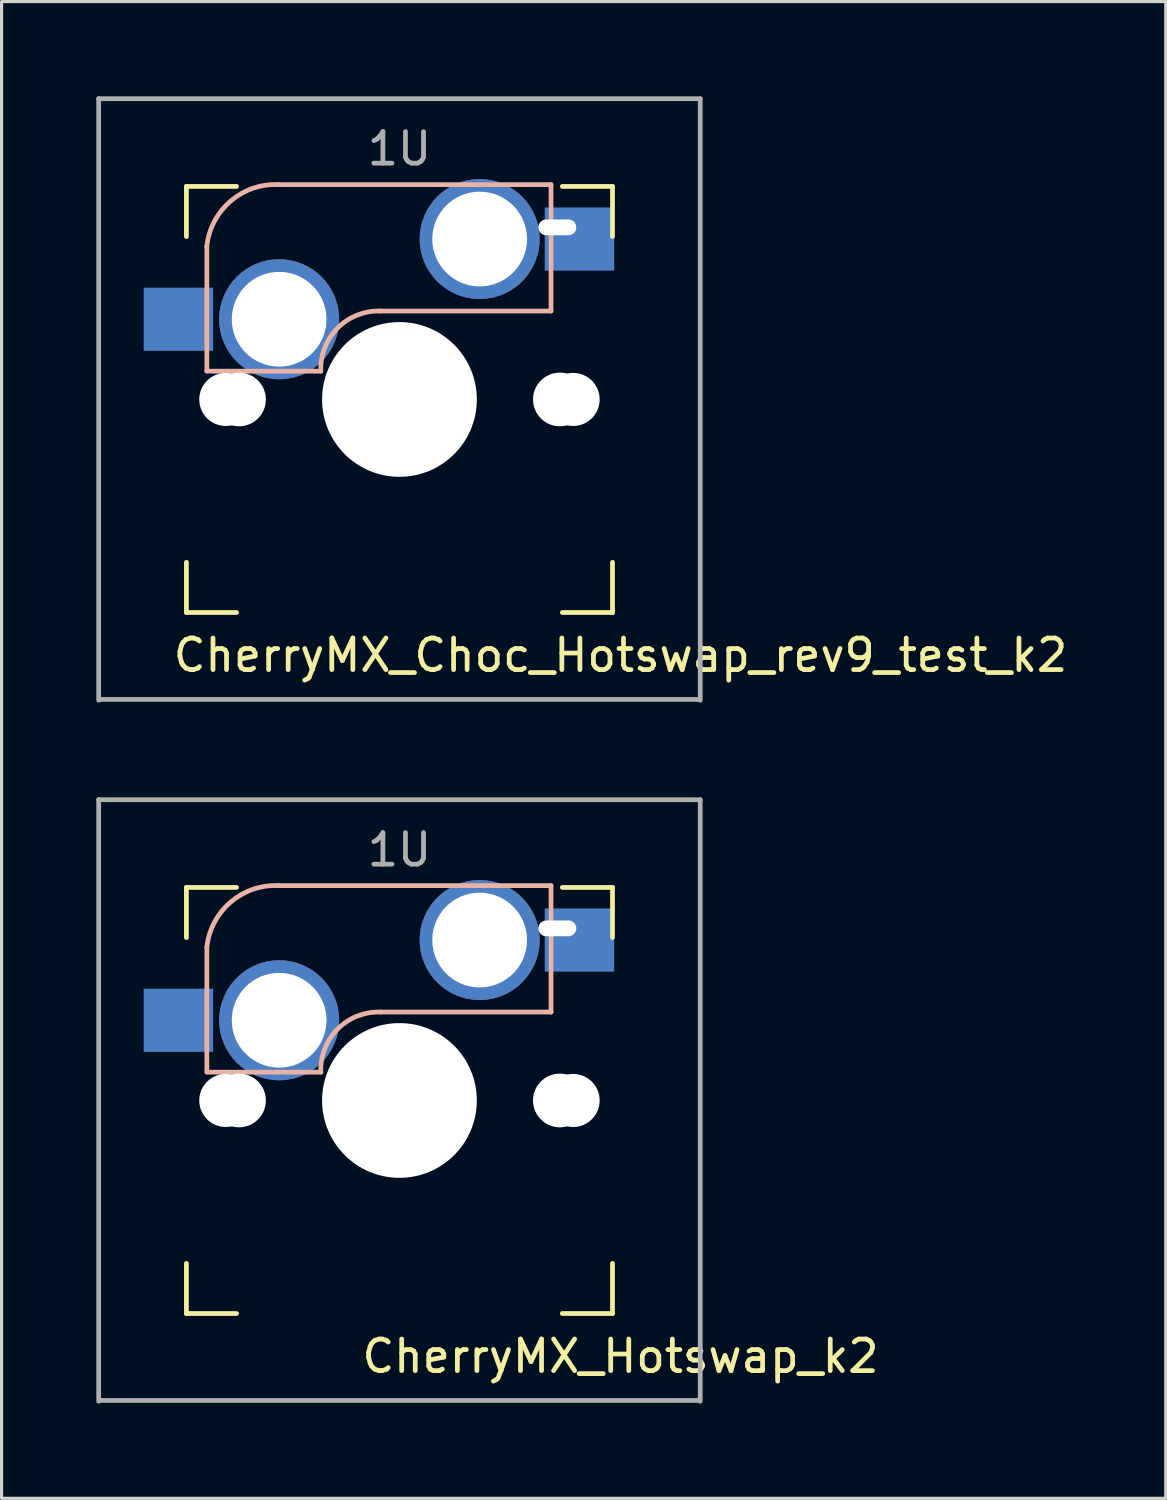
<source format=kicad_pcb>
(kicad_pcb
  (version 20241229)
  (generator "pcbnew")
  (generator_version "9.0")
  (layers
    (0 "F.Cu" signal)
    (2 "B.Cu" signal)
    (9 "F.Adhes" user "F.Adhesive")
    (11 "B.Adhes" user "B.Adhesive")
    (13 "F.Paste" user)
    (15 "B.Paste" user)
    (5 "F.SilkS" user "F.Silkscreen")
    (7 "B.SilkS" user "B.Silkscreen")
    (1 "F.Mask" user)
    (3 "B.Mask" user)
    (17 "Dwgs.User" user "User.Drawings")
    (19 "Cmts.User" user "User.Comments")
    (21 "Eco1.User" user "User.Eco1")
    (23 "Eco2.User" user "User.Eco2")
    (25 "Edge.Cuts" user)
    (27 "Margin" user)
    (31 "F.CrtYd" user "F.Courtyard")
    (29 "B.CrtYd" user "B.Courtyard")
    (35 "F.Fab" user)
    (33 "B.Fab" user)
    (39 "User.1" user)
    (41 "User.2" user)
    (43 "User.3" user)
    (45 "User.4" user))
  (footprint "CherryMX_Hotswap_k2"
    (layer "F.Cu")
    (at 9.6 31.8)
    (property "Reference" "CherryMX_Hotswap_k2" (at 7 8.1 0) (layer "F.SilkS") (effects (font (size 1 1) (thickness 0.15))))
    (fp_line (start -6.747 -6.747) (end -5.159 -6.747) (stroke (width 0.15) (type solid)) (layer "F.SilkS"))
    (fp_line (start -6.747 -5.159) (end -6.747 -6.747) (stroke (width 0.15) (type solid)) (layer "F.SilkS"))
    (fp_line (start -6.747 6.747) (end -6.747 5.159) (stroke (width 0.15) (type solid)) (layer "F.SilkS"))
    (fp_line (start -5.159 6.747) (end -6.747 6.747) (stroke (width 0.15) (type solid)) (layer "F.SilkS"))
    (fp_line (start 5.159 -6.747) (end 6.747 -6.747) (stroke (width 0.15) (type solid)) (layer "F.SilkS"))
    (fp_line (start 6.747 -6.747) (end 6.747 -5.159) (stroke (width 0.15) (type solid)) (layer "F.SilkS"))
    (fp_line (start 6.747 5.159) (end 6.747 6.747) (stroke (width 0.15) (type solid)) (layer "F.SilkS"))
    (fp_line (start 6.747 6.747) (end 5.159 6.747) (stroke (width 0.15) (type solid)) (layer "F.SilkS"))
    (fp_line (start -6.1 -4.85) (end -6.1 -0.905) (stroke (width 0.15) (type solid)) (layer "B.SilkS"))
    (fp_line (start -6.1 -0.896) (end -2.49 -0.896) (stroke (width 0.15) (type solid)) (layer "B.SilkS"))
    (fp_line (start 4.8 -6.804) (end -3.825 -6.804) (stroke (width 0.15) (type solid)) (layer "B.SilkS"))
    (fp_line (start 4.8 -2.8) (end -0.6 -2.8) (stroke (width 0.15) (type solid)) (layer "B.SilkS"))
    (fp_line (start 4.8 -2.8) (end 4.8 -6.804) (stroke (width 0.15) (type solid)) (layer "B.SilkS"))
    (fp_arc (start -6.1 -4.85) (mid -5.3507 -6.278973) (end -3.825 -6.804) (stroke (width 0.15) (type solid)) (layer "B.SilkS"))
    (fp_arc (start -2.49 -0.896) (mid -1.960305 -2.260251) (end -0.6 -2.8) (stroke (width 0.15) (type solid)) (layer "B.SilkS"))
    (fp_line (start -9.525 -9.525) (end 9.525 -9.525) (stroke (width 0.15) (type solid)) (layer "F.Fab"))
    (fp_line (start -9.525 9.525) (end -9.525 -9.525) (stroke (width 0.15) (type solid)) (layer "F.Fab"))
    (fp_line (start 9.5 9.5) (end -9.5 9.5) (stroke (width 0.15) (type solid)) (layer "F.Fab"))
    (fp_line (start 9.525 -9.525) (end 9.525 9.525) (stroke (width 0.15) (type solid)) (layer "F.Fab"))
    (fp_text user "1U" (at 0 -7.938 0) (layer "F.Fab") (effects (font (size 1 1) (thickness 0.15))))
    (pad "" np_thru_hole circle (at -5.5 0 90) (size 1.68 1.68) (drill 1.68) (layers "*.Cu" "*.Mask"))
    (pad "" np_thru_hole circle (at -5.08 0) (size 1.7 1.7) (drill 1.7) (layers "*.Cu" "*.Mask"))
    (pad "" np_thru_hole circle (at 0 0 90) (size 4.9 4.9) (drill 4.9) (layers "*.Cu" "*.Mask"))
    (pad "" np_thru_hole oval (at 5 -5.45 180) (size 1.2 0.5) (drill oval 1.2 0.5) (layers "*.Cu" "*.Mask"))
    (pad "" np_thru_hole circle (at 5.08 0) (size 1.7 1.7) (drill 1.7) (layers "*.Cu" "*.Mask"))
    (pad "" np_thru_hole circle (at 5.5 0 90) (size 1.68 1.68) (drill 1.68) (layers "*.Cu" "*.Mask"))
    (pad "1" smd rect (at -7 -2.54) (size 2.2 2) (layers "B.Cu" "B.Mask" "B.Paste"))
    (pad "1" thru_hole circle (at -3.81 -2.54 180) (size 3.8 3.8) (drill 3) (layers "*.Cu" "B.Mask"))
    (pad "2" thru_hole circle (at 2.54 -5.08 180) (size 3.8 3.8) (drill 3) (layers "*.Cu" "B.Mask"))
    (pad "2" smd rect (at 5.7 -5.08) (size 2.2 2) (layers "B.Cu" "B.Mask" "B.Paste")))
  (footprint "CherryMX_Choc_Hotswap_rev9_test_k2"
    (layer "F.Cu")
    (at 9.6 9.6)
    (property "Reference" "CherryMX_Choc_Hotswap_rev9_test_k2" (at 7 8.1 0) (layer "F.SilkS") (effects (font (size 1 1) (thickness 0.15))))
    (fp_line (start -6.747 -6.747) (end -5.159 -6.747) (stroke (width 0.15) (type solid)) (layer "F.SilkS"))
    (fp_line (start -6.747 -5.159) (end -6.747 -6.747) (stroke (width 0.15) (type solid)) (layer "F.SilkS"))
    (fp_line (start -6.747 6.747) (end -6.747 5.159) (stroke (width 0.15) (type solid)) (layer "F.SilkS"))
    (fp_line (start -5.159 6.747) (end -6.747 6.747) (stroke (width 0.15) (type solid)) (layer "F.SilkS"))
    (fp_line (start 5.159 -6.747) (end 6.747 -6.747) (stroke (width 0.15) (type solid)) (layer "F.SilkS"))
    (fp_line (start 6.747 -6.747) (end 6.747 -5.159) (stroke (width 0.15) (type solid)) (layer "F.SilkS"))
    (fp_line (start 6.747 5.159) (end 6.747 6.747) (stroke (width 0.15) (type solid)) (layer "F.SilkS"))
    (fp_line (start 6.747 6.747) (end 5.159 6.747) (stroke (width 0.15) (type solid)) (layer "F.SilkS"))
    (fp_line (start -6.1 -4.85) (end -6.1 -0.905) (stroke (width 0.15) (type solid)) (layer "B.SilkS"))
    (fp_line (start -6.1 -0.896) (end -2.49 -0.896) (stroke (width 0.15) (type solid)) (layer "B.SilkS"))
    (fp_line (start 4.8 -6.804) (end -3.825 -6.804) (stroke (width 0.15) (type solid)) (layer "B.SilkS"))
    (fp_line (start 4.8 -2.8) (end -0.6 -2.8) (stroke (width 0.15) (type solid)) (layer "B.SilkS"))
    (fp_line (start 4.8 -2.8) (end 4.8 -6.804) (stroke (width 0.15) (type solid)) (layer "B.SilkS"))
    (fp_arc (start -6.1 -4.85) (mid -5.3507 -6.278973) (end -3.825 -6.804) (stroke (width 0.15) (type solid)) (layer "B.SilkS"))
    (fp_arc (start -2.49 -0.896) (mid -1.960305 -2.260251) (end -0.6 -2.8) (stroke (width 0.15) (type solid)) (layer "B.SilkS"))
    (fp_line (start -9.525 -9.525) (end 9.525 -9.525) (stroke (width 0.15) (type solid)) (layer "F.Fab"))
    (fp_line (start -9.525 9.525) (end -9.525 -9.525) (stroke (width 0.15) (type solid)) (layer "F.Fab"))
    (fp_line (start 9.5 9.5) (end -9.5 9.5) (stroke (width 0.15) (type solid)) (layer "F.Fab"))
    (fp_line (start 9.525 -9.525) (end 9.525 9.525) (stroke (width 0.15) (type solid)) (layer "F.Fab"))
    (fp_text user "1U" (at 0 -7.938 0) (layer "F.Fab") (effects (font (size 1 1) (thickness 0.15))))
    (pad "" np_thru_hole circle (at -5.5 0 90) (size 1.68 1.68) (drill 1.68) (layers "*.Cu" "*.Mask"))
    (pad "" np_thru_hole circle (at -5.08 0) (size 1.7 1.7) (drill 1.7) (layers "*.Cu" "*.Mask"))
    (pad "" np_thru_hole circle (at 0 0 90) (size 4.9 4.9) (drill 4.9) (layers "*.Cu" "*.Mask"))
    (pad "" np_thru_hole oval (at 5 -5.45 180) (size 1.2 0.5) (drill oval 1.2 0.5) (layers "*.Cu" "*.Mask"))
    (pad "" np_thru_hole circle (at 5.08 0) (size 1.7 1.7) (drill 1.7) (layers "*.Cu" "*.Mask"))
    (pad "" np_thru_hole circle (at 5.5 0 90) (size 1.68 1.68) (drill 1.68) (layers "*.Cu" "*.Mask"))
    (pad "1" smd rect (at -7 -2.54) (size 2.2 2) (layers "B.Cu" "B.Mask" "B.Paste"))
    (pad "1" thru_hole circle (at -3.81 -2.54 180) (size 3.8 3.8) (drill 3) (layers "*.Cu" "B.Mask"))
    (pad "2" thru_hole circle (at 2.54 -5.08 180) (size 3.8 3.8) (drill 3) (layers "*.Cu" "B.Mask"))
    (pad "2" smd rect (at 5.7 -5.08) (size 2.2 2) (layers "B.Cu" "B.Mask" "B.Paste")))
  (gr_rect
    (start -3 -3)
    (end 33.868 44.4)
    (stroke (width 0.1) (type default))
    (fill no)
    (layer "Edge.Cuts")))
</source>
